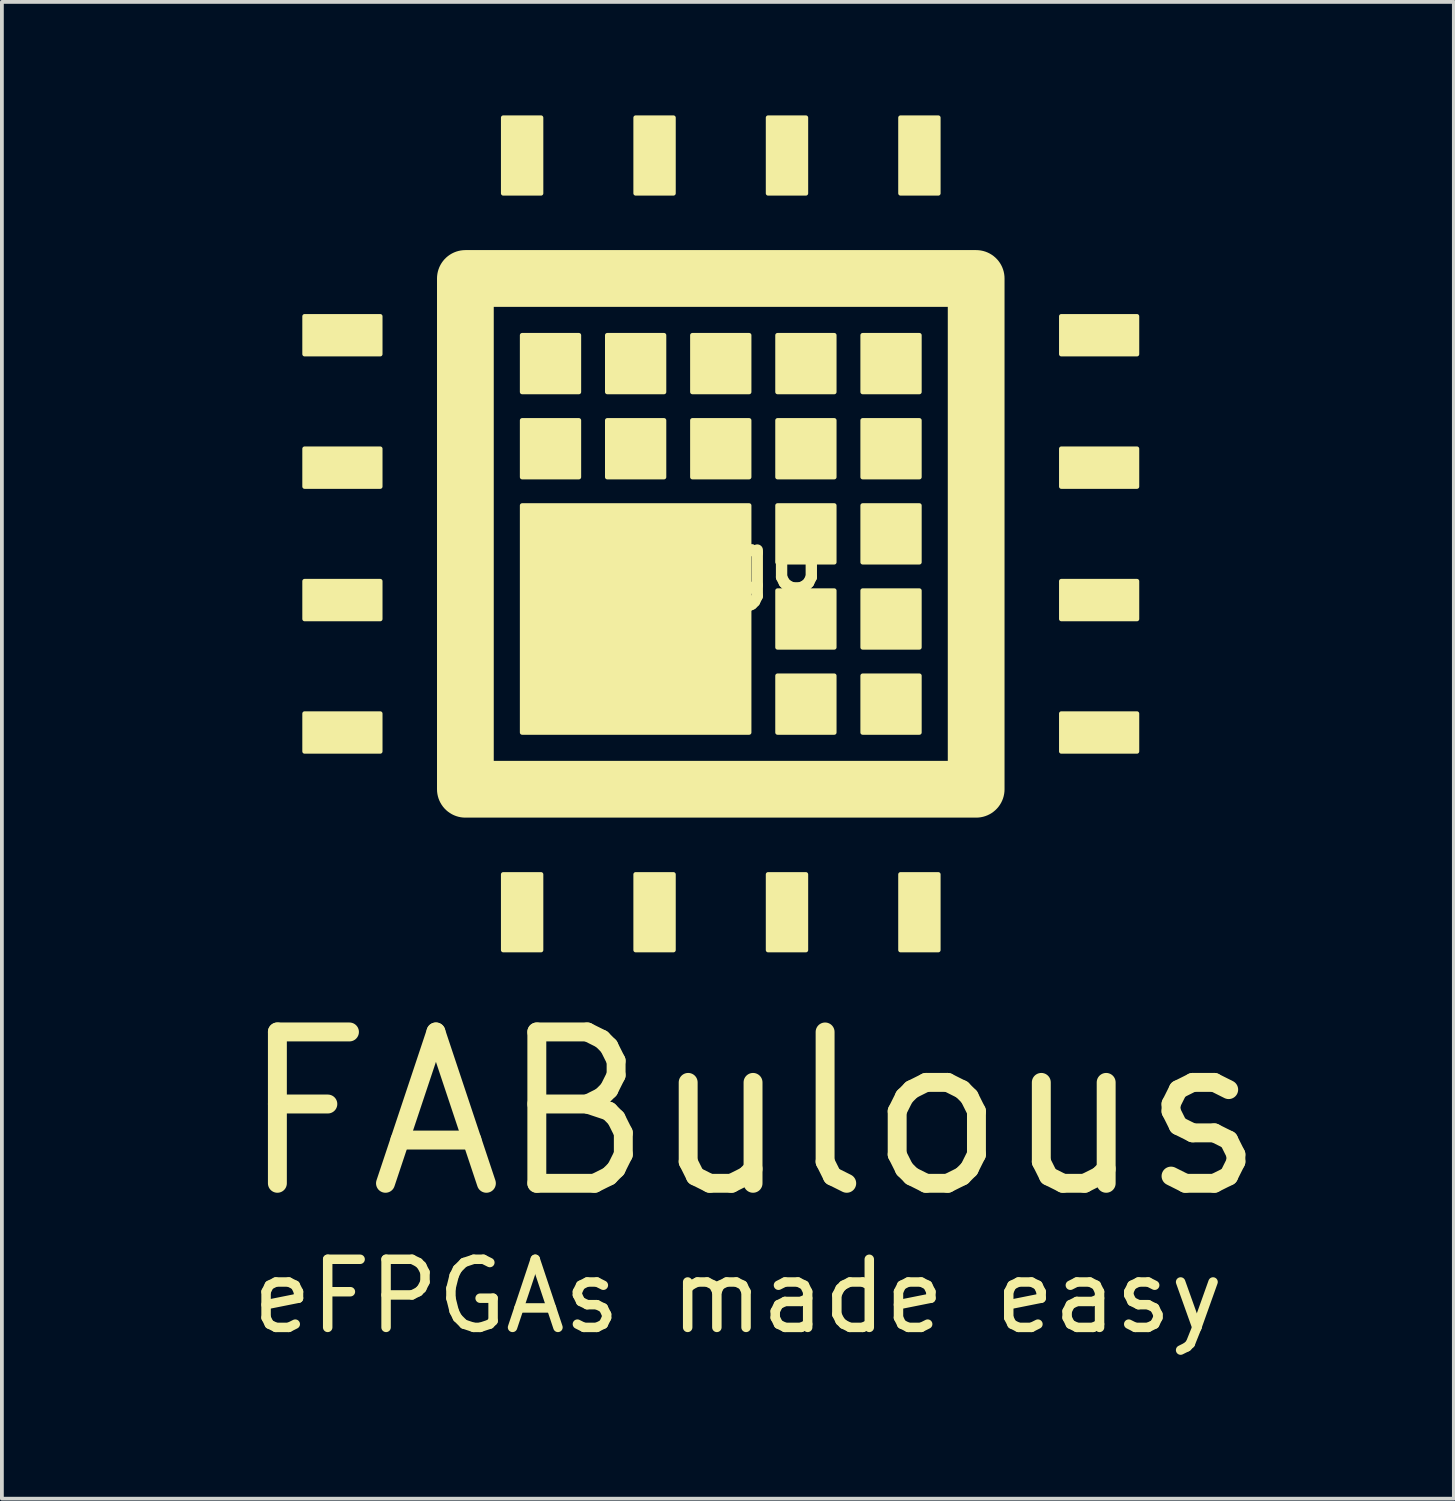
<source format=kicad_pcb>
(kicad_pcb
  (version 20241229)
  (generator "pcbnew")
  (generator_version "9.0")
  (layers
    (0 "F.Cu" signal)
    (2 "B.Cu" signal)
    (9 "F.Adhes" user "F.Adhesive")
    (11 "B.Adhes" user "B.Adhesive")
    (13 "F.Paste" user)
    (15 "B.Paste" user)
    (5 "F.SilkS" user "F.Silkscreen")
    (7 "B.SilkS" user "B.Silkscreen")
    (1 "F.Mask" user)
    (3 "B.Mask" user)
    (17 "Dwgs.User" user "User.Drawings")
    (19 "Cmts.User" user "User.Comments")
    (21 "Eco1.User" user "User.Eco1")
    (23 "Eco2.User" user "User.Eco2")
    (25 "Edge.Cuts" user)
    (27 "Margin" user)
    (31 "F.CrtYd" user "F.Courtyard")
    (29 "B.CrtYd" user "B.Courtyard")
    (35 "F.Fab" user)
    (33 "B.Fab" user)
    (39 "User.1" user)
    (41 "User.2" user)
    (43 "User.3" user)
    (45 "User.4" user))
  (footprint "logo"
    (layer "F.Cu")
    (at 16 11.06)
    (property "Reference" "logo" (at 0.25 0.75 0) (layer "F.SilkS") (effects (font (size 1.5 1.5) (thickness 0.3))))
    (attr board_only exclude_from_pos_files exclude_from_bom)
    (fp_rect (start -11 -5.75) (end -9 -4.75) (stroke (width 0.12) (type solid)) (fill yes) (layer "F.SilkS"))
    (fp_rect (start -11 -2.25) (end -9 -1.25) (stroke (width 0.12) (type solid)) (fill yes) (layer "F.SilkS"))
    (fp_rect (start -11 1.25) (end -9 2.25) (stroke (width 0.12) (type solid)) (fill yes) (layer "F.SilkS"))
    (fp_rect (start -11 4.75) (end -9 5.75) (stroke (width 0.12) (type solid)) (fill yes) (layer "F.SilkS"))
    (fp_rect (start -6.75 -6.75) (end 6.75 6.75) (stroke (width 1.5) (type default)) (fill no) (layer "F.SilkS"))
    (fp_rect (start -5.75 -11) (end -4.75 -9) (stroke (width 0.12) (type solid)) (fill yes) (layer "F.SilkS"))
    (fp_rect (start -5.75 9) (end -4.75 11) (stroke (width 0.12) (type solid)) (fill yes) (layer "F.SilkS"))
    (fp_rect (start -5.25 -5.25) (end -3.75 -3.75) (stroke (width 0.12) (type solid)) (fill yes) (layer "F.SilkS"))
    (fp_rect (start -5.25 -3) (end -3.75 -1.5) (stroke (width 0.12) (type solid)) (fill yes) (layer "F.SilkS"))
    (fp_rect (start -5.25 -0.75) (end 0.75 5.25) (stroke (width 0.12) (type solid)) (fill yes) (layer "F.SilkS"))
    (fp_rect (start -3 -5.25) (end -1.5 -3.75) (stroke (width 0.12) (type solid)) (fill yes) (layer "F.SilkS"))
    (fp_rect (start -3 -3) (end -1.5 -1.5) (stroke (width 0.12) (type solid)) (fill yes) (layer "F.SilkS"))
    (fp_rect (start -2.25 -11) (end -1.25 -9) (stroke (width 0.12) (type solid)) (fill yes) (layer "F.SilkS"))
    (fp_rect (start -2.25 9) (end -1.25 11) (stroke (width 0.12) (type solid)) (fill yes) (layer "F.SilkS"))
    (fp_rect (start -0.75 -5.25) (end 0.75 -3.75) (stroke (width 0.12) (type solid)) (fill yes) (layer "F.SilkS"))
    (fp_rect (start -0.75 -3) (end 0.75 -1.5) (stroke (width 0.12) (type solid)) (fill yes) (layer "F.SilkS"))
    (fp_rect (start 1.25 -11) (end 2.25 -9) (stroke (width 0.12) (type solid)) (fill yes) (layer "F.SilkS"))
    (fp_rect (start 1.25 9) (end 2.25 11) (stroke (width 0.12) (type solid)) (fill yes) (layer "F.SilkS"))
    (fp_rect (start 1.5 -5.25) (end 3 -3.75) (stroke (width 0.12) (type solid)) (fill yes) (layer "F.SilkS"))
    (fp_rect (start 1.5 -3) (end 3 -1.5) (stroke (width 0.12) (type solid)) (fill yes) (layer "F.SilkS"))
    (fp_rect (start 1.5 -0.75) (end 3 0.75) (stroke (width 0.12) (type solid)) (fill yes) (layer "F.SilkS"))
    (fp_rect (start 1.5 1.5) (end 3 3) (stroke (width 0.12) (type solid)) (fill yes) (layer "F.SilkS"))
    (fp_rect (start 1.5 3.75) (end 3 5.25) (stroke (width 0.12) (type solid)) (fill yes) (layer "F.SilkS"))
    (fp_rect (start 3.75 -5.25) (end 5.25 -3.75) (stroke (width 0.12) (type solid)) (fill yes) (layer "F.SilkS"))
    (fp_rect (start 3.75 -3) (end 5.25 -1.5) (stroke (width 0.12) (type solid)) (fill yes) (layer "F.SilkS"))
    (fp_rect (start 3.75 -0.75) (end 5.25 0.75) (stroke (width 0.12) (type solid)) (fill yes) (layer "F.SilkS"))
    (fp_rect (start 3.75 1.5) (end 5.25 3) (stroke (width 0.12) (type solid)) (fill yes) (layer "F.SilkS"))
    (fp_rect (start 3.75 3.75) (end 5.25 5.25) (stroke (width 0.12) (type solid)) (fill yes) (layer "F.SilkS"))
    (fp_rect (start 4.75 -11) (end 5.75 -9) (stroke (width 0.12) (type solid)) (fill yes) (layer "F.SilkS"))
    (fp_rect (start 4.75 9) (end 5.75 11) (stroke (width 0.12) (type solid)) (fill yes) (layer "F.SilkS"))
    (fp_rect (start 9 -5.75) (end 11 -4.75) (stroke (width 0.12) (type solid)) (fill yes) (layer "F.SilkS"))
    (fp_rect (start 9 -2.25) (end 11 -1.25) (stroke (width 0.12) (type solid)) (fill yes) (layer "F.SilkS"))
    (fp_rect (start 9 1.25) (end 11 2.25) (stroke (width 0.12) (type solid)) (fill yes) (layer "F.SilkS"))
    (fp_rect (start 9 4.75) (end 11 5.75) (stroke (width 0.12) (type solid)) (fill yes) (layer "F.SilkS"))
    (fp_text_box "eFPGAs made easy" (start -13.875 17.75) (end 16.375 22.5) (margins 1.35 1.35 1.35 1.35) (layer "F.SilkS") (effects (font (size 1.8 1.8) (thickness 0.25)) (justify left top)) (border no) (stroke (width 0) (type solid)))
    (fp_text_box "FABulous" (start -16 10) (end 15.5 19.25) (margins 3 3 3 3) (layer "F.SilkS") (effects (font (size 4 4) (thickness 0.5)) (justify left top)) (border no) (stroke (width 0) (type solid))))
  (gr_rect
    (start -3 -3)
    (end 35.375 36.56)
    (stroke (width 0.1) (type default))
    (fill no)
    (layer "Edge.Cuts")))
</source>
